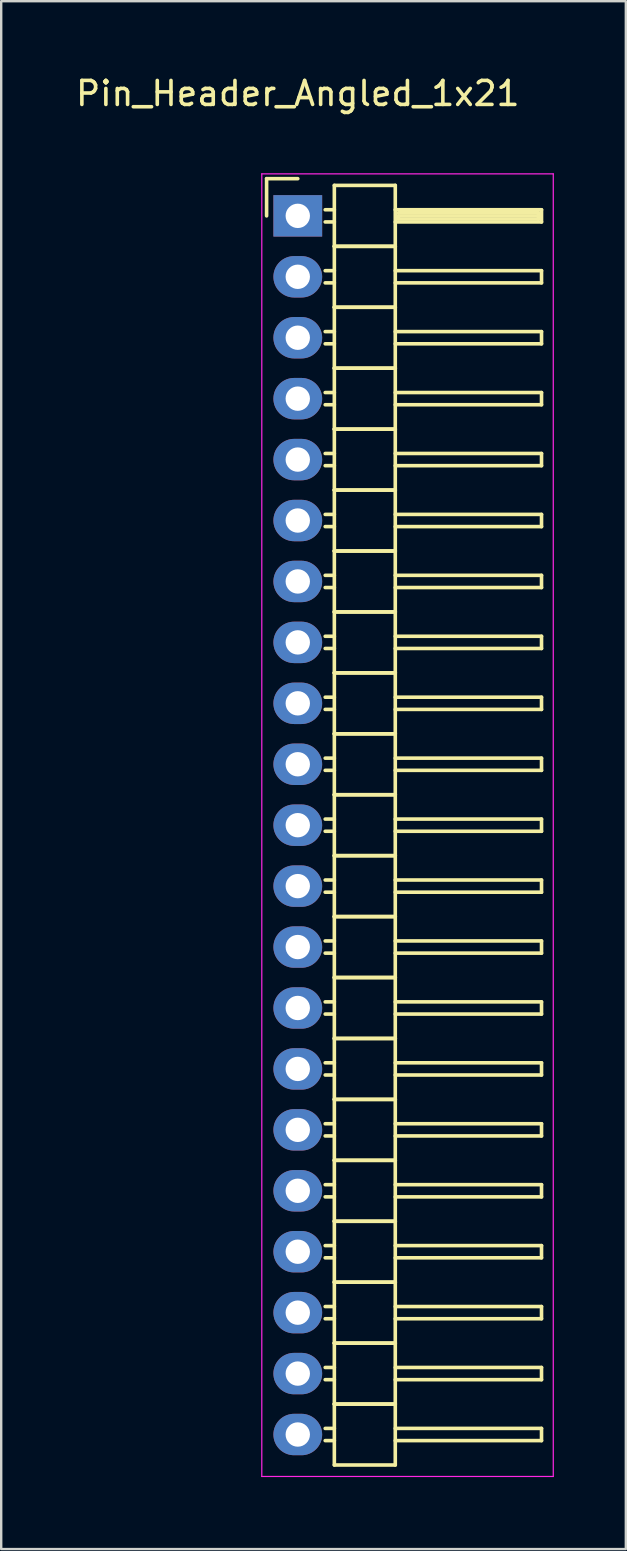
<source format=kicad_pcb>
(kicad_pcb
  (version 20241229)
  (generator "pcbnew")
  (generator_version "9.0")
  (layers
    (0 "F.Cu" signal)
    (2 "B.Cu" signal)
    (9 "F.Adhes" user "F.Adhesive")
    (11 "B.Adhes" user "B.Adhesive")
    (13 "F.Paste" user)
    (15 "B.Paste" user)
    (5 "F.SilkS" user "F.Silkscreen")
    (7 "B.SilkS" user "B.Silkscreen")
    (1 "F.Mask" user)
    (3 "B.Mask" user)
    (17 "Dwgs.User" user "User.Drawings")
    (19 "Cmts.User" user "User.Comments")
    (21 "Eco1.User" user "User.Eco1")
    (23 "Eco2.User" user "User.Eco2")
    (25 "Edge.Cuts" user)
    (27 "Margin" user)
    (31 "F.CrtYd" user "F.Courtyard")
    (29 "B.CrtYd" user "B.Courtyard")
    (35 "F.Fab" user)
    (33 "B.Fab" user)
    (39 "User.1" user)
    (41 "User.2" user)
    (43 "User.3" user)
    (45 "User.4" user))
  (footprint "Pin_Header_Angled_1x21"
    (layer "F.Cu")
    (at 9.363 5.948)
    (property "Reference" "Pin_Header_Angled_1x21" (at 0 -5.1 0) (layer "F.SilkS") (effects (font (size 1 1) (thickness 0.15))))
    (attr through_hole)
    (fp_line (start -1.3 -1.55) (end -1.3 0) (stroke (width 0.15) (type solid)) (layer "F.SilkS"))
    (fp_line (start 0 -1.55) (end -1.3 -1.55) (stroke (width 0.15) (type solid)) (layer "F.SilkS"))
    (fp_line (start 1.524 -1.27) (end 1.524 1.27) (stroke (width 0.15) (type solid)) (layer "F.SilkS"))
    (fp_line (start 1.524 -1.27) (end 4.064 -1.27) (stroke (width 0.15) (type solid)) (layer "F.SilkS"))
    (fp_line (start 1.524 -0.254) (end 1.143 -0.254) (stroke (width 0.15) (type solid)) (layer "F.SilkS"))
    (fp_line (start 1.524 0.254) (end 1.143 0.254) (stroke (width 0.15) (type solid)) (layer "F.SilkS"))
    (fp_line (start 1.524 1.27) (end 1.524 3.81) (stroke (width 0.15) (type solid)) (layer "F.SilkS"))
    (fp_line (start 1.524 1.27) (end 4.064 1.27) (stroke (width 0.15) (type solid)) (layer "F.SilkS"))
    (fp_line (start 1.524 1.27) (end 4.064 1.27) (stroke (width 0.15) (type solid)) (layer "F.SilkS"))
    (fp_line (start 1.524 2.286) (end 1.143 2.286) (stroke (width 0.15) (type solid)) (layer "F.SilkS"))
    (fp_line (start 1.524 2.794) (end 1.143 2.794) (stroke (width 0.15) (type solid)) (layer "F.SilkS"))
    (fp_line (start 1.524 3.81) (end 1.524 6.35) (stroke (width 0.15) (type solid)) (layer "F.SilkS"))
    (fp_line (start 1.524 3.81) (end 4.064 3.81) (stroke (width 0.15) (type solid)) (layer "F.SilkS"))
    (fp_line (start 1.524 3.81) (end 4.064 3.81) (stroke (width 0.15) (type solid)) (layer "F.SilkS"))
    (fp_line (start 1.524 4.826) (end 1.143 4.826) (stroke (width 0.15) (type solid)) (layer "F.SilkS"))
    (fp_line (start 1.524 5.334) (end 1.143 5.334) (stroke (width 0.15) (type solid)) (layer "F.SilkS"))
    (fp_line (start 1.524 6.35) (end 1.524 8.89) (stroke (width 0.15) (type solid)) (layer "F.SilkS"))
    (fp_line (start 1.524 6.35) (end 4.064 6.35) (stroke (width 0.15) (type solid)) (layer "F.SilkS"))
    (fp_line (start 1.524 6.35) (end 4.064 6.35) (stroke (width 0.15) (type solid)) (layer "F.SilkS"))
    (fp_line (start 1.524 7.366) (end 1.143 7.366) (stroke (width 0.15) (type solid)) (layer "F.SilkS"))
    (fp_line (start 1.524 7.874) (end 1.143 7.874) (stroke (width 0.15) (type solid)) (layer "F.SilkS"))
    (fp_line (start 1.524 8.89) (end 1.524 11.43) (stroke (width 0.15) (type solid)) (layer "F.SilkS"))
    (fp_line (start 1.524 8.89) (end 4.064 8.89) (stroke (width 0.15) (type solid)) (layer "F.SilkS"))
    (fp_line (start 1.524 8.89) (end 4.064 8.89) (stroke (width 0.15) (type solid)) (layer "F.SilkS"))
    (fp_line (start 1.524 9.906) (end 1.143 9.906) (stroke (width 0.15) (type solid)) (layer "F.SilkS"))
    (fp_line (start 1.524 10.414) (end 1.143 10.414) (stroke (width 0.15) (type solid)) (layer "F.SilkS"))
    (fp_line (start 1.524 11.43) (end 1.524 13.97) (stroke (width 0.15) (type solid)) (layer "F.SilkS"))
    (fp_line (start 1.524 11.43) (end 4.064 11.43) (stroke (width 0.15) (type solid)) (layer "F.SilkS"))
    (fp_line (start 1.524 11.43) (end 4.064 11.43) (stroke (width 0.15) (type solid)) (layer "F.SilkS"))
    (fp_line (start 1.524 12.446) (end 1.143 12.446) (stroke (width 0.15) (type solid)) (layer "F.SilkS"))
    (fp_line (start 1.524 12.954) (end 1.143 12.954) (stroke (width 0.15) (type solid)) (layer "F.SilkS"))
    (fp_line (start 1.524 13.97) (end 1.524 16.51) (stroke (width 0.15) (type solid)) (layer "F.SilkS"))
    (fp_line (start 1.524 13.97) (end 4.064 13.97) (stroke (width 0.15) (type solid)) (layer "F.SilkS"))
    (fp_line (start 1.524 13.97) (end 4.064 13.97) (stroke (width 0.15) (type solid)) (layer "F.SilkS"))
    (fp_line (start 1.524 14.986) (end 1.143 14.986) (stroke (width 0.15) (type solid)) (layer "F.SilkS"))
    (fp_line (start 1.524 15.494) (end 1.143 15.494) (stroke (width 0.15) (type solid)) (layer "F.SilkS"))
    (fp_line (start 1.524 16.51) (end 1.524 19.05) (stroke (width 0.15) (type solid)) (layer "F.SilkS"))
    (fp_line (start 1.524 16.51) (end 4.064 16.51) (stroke (width 0.15) (type solid)) (layer "F.SilkS"))
    (fp_line (start 1.524 16.51) (end 4.064 16.51) (stroke (width 0.15) (type solid)) (layer "F.SilkS"))
    (fp_line (start 1.524 17.526) (end 1.143 17.526) (stroke (width 0.15) (type solid)) (layer "F.SilkS"))
    (fp_line (start 1.524 18.034) (end 1.143 18.034) (stroke (width 0.15) (type solid)) (layer "F.SilkS"))
    (fp_line (start 1.524 19.05) (end 1.524 21.59) (stroke (width 0.15) (type solid)) (layer "F.SilkS"))
    (fp_line (start 1.524 19.05) (end 4.064 19.05) (stroke (width 0.15) (type solid)) (layer "F.SilkS"))
    (fp_line (start 1.524 19.05) (end 4.064 19.05) (stroke (width 0.15) (type solid)) (layer "F.SilkS"))
    (fp_line (start 1.524 20.066) (end 1.143 20.066) (stroke (width 0.15) (type solid)) (layer "F.SilkS"))
    (fp_line (start 1.524 20.574) (end 1.143 20.574) (stroke (width 0.15) (type solid)) (layer "F.SilkS"))
    (fp_line (start 1.524 21.59) (end 1.524 24.13) (stroke (width 0.15) (type solid)) (layer "F.SilkS"))
    (fp_line (start 1.524 21.59) (end 4.064 21.59) (stroke (width 0.15) (type solid)) (layer "F.SilkS"))
    (fp_line (start 1.524 21.59) (end 4.064 21.59) (stroke (width 0.15) (type solid)) (layer "F.SilkS"))
    (fp_line (start 1.524 22.606) (end 1.143 22.606) (stroke (width 0.15) (type solid)) (layer "F.SilkS"))
    (fp_line (start 1.524 23.114) (end 1.143 23.114) (stroke (width 0.15) (type solid)) (layer "F.SilkS"))
    (fp_line (start 1.524 24.13) (end 1.524 26.67) (stroke (width 0.15) (type solid)) (layer "F.SilkS"))
    (fp_line (start 1.524 24.13) (end 4.064 24.13) (stroke (width 0.15) (type solid)) (layer "F.SilkS"))
    (fp_line (start 1.524 24.13) (end 4.064 24.13) (stroke (width 0.15) (type solid)) (layer "F.SilkS"))
    (fp_line (start 1.524 25.146) (end 1.143 25.146) (stroke (width 0.15) (type solid)) (layer "F.SilkS"))
    (fp_line (start 1.524 25.654) (end 1.143 25.654) (stroke (width 0.15) (type solid)) (layer "F.SilkS"))
    (fp_line (start 1.524 26.67) (end 1.524 29.21) (stroke (width 0.15) (type solid)) (layer "F.SilkS"))
    (fp_line (start 1.524 26.67) (end 4.064 26.67) (stroke (width 0.15) (type solid)) (layer "F.SilkS"))
    (fp_line (start 1.524 26.67) (end 4.064 26.67) (stroke (width 0.15) (type solid)) (layer "F.SilkS"))
    (fp_line (start 1.524 27.686) (end 1.143 27.686) (stroke (width 0.15) (type solid)) (layer "F.SilkS"))
    (fp_line (start 1.524 28.194) (end 1.143 28.194) (stroke (width 0.15) (type solid)) (layer "F.SilkS"))
    (fp_line (start 1.524 29.21) (end 1.524 31.75) (stroke (width 0.15) (type solid)) (layer "F.SilkS"))
    (fp_line (start 1.524 29.21) (end 4.064 29.21) (stroke (width 0.15) (type solid)) (layer "F.SilkS"))
    (fp_line (start 1.524 29.21) (end 4.064 29.21) (stroke (width 0.15) (type solid)) (layer "F.SilkS"))
    (fp_line (start 1.524 30.226) (end 1.143 30.226) (stroke (width 0.15) (type solid)) (layer "F.SilkS"))
    (fp_line (start 1.524 30.734) (end 1.143 30.734) (stroke (width 0.15) (type solid)) (layer "F.SilkS"))
    (fp_line (start 1.524 31.75) (end 1.524 34.29) (stroke (width 0.15) (type solid)) (layer "F.SilkS"))
    (fp_line (start 1.524 31.75) (end 4.064 31.75) (stroke (width 0.15) (type solid)) (layer "F.SilkS"))
    (fp_line (start 1.524 31.75) (end 4.064 31.75) (stroke (width 0.15) (type solid)) (layer "F.SilkS"))
    (fp_line (start 1.524 32.766) (end 1.143 32.766) (stroke (width 0.15) (type solid)) (layer "F.SilkS"))
    (fp_line (start 1.524 33.274) (end 1.143 33.274) (stroke (width 0.15) (type solid)) (layer "F.SilkS"))
    (fp_line (start 1.524 34.29) (end 1.524 36.83) (stroke (width 0.15) (type solid)) (layer "F.SilkS"))
    (fp_line (start 1.524 34.29) (end 4.064 34.29) (stroke (width 0.15) (type solid)) (layer "F.SilkS"))
    (fp_line (start 1.524 34.29) (end 4.064 34.29) (stroke (width 0.15) (type solid)) (layer "F.SilkS"))
    (fp_line (start 1.524 35.306) (end 1.143 35.306) (stroke (width 0.15) (type solid)) (layer "F.SilkS"))
    (fp_line (start 1.524 35.814) (end 1.143 35.814) (stroke (width 0.15) (type solid)) (layer "F.SilkS"))
    (fp_line (start 1.524 36.83) (end 1.524 39.37) (stroke (width 0.15) (type solid)) (layer "F.SilkS"))
    (fp_line (start 1.524 36.83) (end 4.064 36.83) (stroke (width 0.15) (type solid)) (layer "F.SilkS"))
    (fp_line (start 1.524 36.83) (end 4.064 36.83) (stroke (width 0.15) (type solid)) (layer "F.SilkS"))
    (fp_line (start 1.524 37.846) (end 1.143 37.846) (stroke (width 0.15) (type solid)) (layer "F.SilkS"))
    (fp_line (start 1.524 38.354) (end 1.143 38.354) (stroke (width 0.15) (type solid)) (layer "F.SilkS"))
    (fp_line (start 1.524 39.37) (end 1.524 41.91) (stroke (width 0.15) (type solid)) (layer "F.SilkS"))
    (fp_line (start 1.524 39.37) (end 4.064 39.37) (stroke (width 0.15) (type solid)) (layer "F.SilkS"))
    (fp_line (start 1.524 39.37) (end 4.064 39.37) (stroke (width 0.15) (type solid)) (layer "F.SilkS"))
    (fp_line (start 1.524 40.386) (end 1.143 40.386) (stroke (width 0.15) (type solid)) (layer "F.SilkS"))
    (fp_line (start 1.524 40.894) (end 1.143 40.894) (stroke (width 0.15) (type solid)) (layer "F.SilkS"))
    (fp_line (start 1.524 41.91) (end 1.524 44.45) (stroke (width 0.15) (type solid)) (layer "F.SilkS"))
    (fp_line (start 1.524 41.91) (end 4.064 41.91) (stroke (width 0.15) (type solid)) (layer "F.SilkS"))
    (fp_line (start 1.524 41.91) (end 4.064 41.91) (stroke (width 0.15) (type solid)) (layer "F.SilkS"))
    (fp_line (start 1.524 42.926) (end 1.143 42.926) (stroke (width 0.15) (type solid)) (layer "F.SilkS"))
    (fp_line (start 1.524 43.434) (end 1.143 43.434) (stroke (width 0.15) (type solid)) (layer "F.SilkS"))
    (fp_line (start 1.524 44.45) (end 1.524 46.99) (stroke (width 0.15) (type solid)) (layer "F.SilkS"))
    (fp_line (start 1.524 44.45) (end 4.064 44.45) (stroke (width 0.15) (type solid)) (layer "F.SilkS"))
    (fp_line (start 1.524 44.45) (end 4.064 44.45) (stroke (width 0.15) (type solid)) (layer "F.SilkS"))
    (fp_line (start 1.524 45.466) (end 1.143 45.466) (stroke (width 0.15) (type solid)) (layer "F.SilkS"))
    (fp_line (start 1.524 45.974) (end 1.143 45.974) (stroke (width 0.15) (type solid)) (layer "F.SilkS"))
    (fp_line (start 1.524 46.99) (end 1.524 49.53) (stroke (width 0.15) (type solid)) (layer "F.SilkS"))
    (fp_line (start 1.524 46.99) (end 4.064 46.99) (stroke (width 0.15) (type solid)) (layer "F.SilkS"))
    (fp_line (start 1.524 46.99) (end 4.064 46.99) (stroke (width 0.15) (type solid)) (layer "F.SilkS"))
    (fp_line (start 1.524 48.006) (end 1.143 48.006) (stroke (width 0.15) (type solid)) (layer "F.SilkS"))
    (fp_line (start 1.524 48.514) (end 1.143 48.514) (stroke (width 0.15) (type solid)) (layer "F.SilkS"))
    (fp_line (start 1.524 49.53) (end 1.524 52.07) (stroke (width 0.15) (type solid)) (layer "F.SilkS"))
    (fp_line (start 1.524 49.53) (end 4.064 49.53) (stroke (width 0.15) (type solid)) (layer "F.SilkS"))
    (fp_line (start 1.524 49.53) (end 4.064 49.53) (stroke (width 0.15) (type solid)) (layer "F.SilkS"))
    (fp_line (start 1.524 50.546) (end 1.143 50.546) (stroke (width 0.15) (type solid)) (layer "F.SilkS"))
    (fp_line (start 1.524 51.054) (end 1.143 51.054) (stroke (width 0.15) (type solid)) (layer "F.SilkS"))
    (fp_line (start 1.524 52.07) (end 4.064 52.07) (stroke (width 0.15) (type solid)) (layer "F.SilkS"))
    (fp_line (start 4.064 -0.254) (end 10.16 -0.254) (stroke (width 0.15) (type solid)) (layer "F.SilkS"))
    (fp_line (start 4.064 1.27) (end 4.064 -1.27) (stroke (width 0.15) (type solid)) (layer "F.SilkS"))
    (fp_line (start 4.064 2.286) (end 10.16 2.286) (stroke (width 0.15) (type solid)) (layer "F.SilkS"))
    (fp_line (start 4.064 3.81) (end 4.064 1.27) (stroke (width 0.15) (type solid)) (layer "F.SilkS"))
    (fp_line (start 4.064 4.826) (end 10.16 4.826) (stroke (width 0.15) (type solid)) (layer "F.SilkS"))
    (fp_line (start 4.064 6.35) (end 4.064 3.81) (stroke (width 0.15) (type solid)) (layer "F.SilkS"))
    (fp_line (start 4.064 7.366) (end 10.16 7.366) (stroke (width 0.15) (type solid)) (layer "F.SilkS"))
    (fp_line (start 4.064 8.89) (end 4.064 6.35) (stroke (width 0.15) (type solid)) (layer "F.SilkS"))
    (fp_line (start 4.064 9.906) (end 10.16 9.906) (stroke (width 0.15) (type solid)) (layer "F.SilkS"))
    (fp_line (start 4.064 11.43) (end 4.064 8.89) (stroke (width 0.15) (type solid)) (layer "F.SilkS"))
    (fp_line (start 4.064 12.446) (end 10.16 12.446) (stroke (width 0.15) (type solid)) (layer "F.SilkS"))
    (fp_line (start 4.064 13.97) (end 4.064 11.43) (stroke (width 0.15) (type solid)) (layer "F.SilkS"))
    (fp_line (start 4.064 14.986) (end 10.16 14.986) (stroke (width 0.15) (type solid)) (layer "F.SilkS"))
    (fp_line (start 4.064 16.51) (end 4.064 13.97) (stroke (width 0.15) (type solid)) (layer "F.SilkS"))
    (fp_line (start 4.064 17.526) (end 10.16 17.526) (stroke (width 0.15) (type solid)) (layer "F.SilkS"))
    (fp_line (start 4.064 19.05) (end 4.064 16.51) (stroke (width 0.15) (type solid)) (layer "F.SilkS"))
    (fp_line (start 4.064 20.066) (end 10.16 20.066) (stroke (width 0.15) (type solid)) (layer "F.SilkS"))
    (fp_line (start 4.064 21.59) (end 4.064 19.05) (stroke (width 0.15) (type solid)) (layer "F.SilkS"))
    (fp_line (start 4.064 22.606) (end 10.16 22.606) (stroke (width 0.15) (type solid)) (layer "F.SilkS"))
    (fp_line (start 4.064 24.13) (end 4.064 21.59) (stroke (width 0.15) (type solid)) (layer "F.SilkS"))
    (fp_line (start 4.064 25.146) (end 10.16 25.146) (stroke (width 0.15) (type solid)) (layer "F.SilkS"))
    (fp_line (start 4.064 26.67) (end 4.064 24.13) (stroke (width 0.15) (type solid)) (layer "F.SilkS"))
    (fp_line (start 4.064 27.686) (end 10.16 27.686) (stroke (width 0.15) (type solid)) (layer "F.SilkS"))
    (fp_line (start 4.064 29.21) (end 4.064 26.67) (stroke (width 0.15) (type solid)) (layer "F.SilkS"))
    (fp_line (start 4.064 30.226) (end 10.16 30.226) (stroke (width 0.15) (type solid)) (layer "F.SilkS"))
    (fp_line (start 4.064 31.75) (end 4.064 29.21) (stroke (width 0.15) (type solid)) (layer "F.SilkS"))
    (fp_line (start 4.064 32.766) (end 10.16 32.766) (stroke (width 0.15) (type solid)) (layer "F.SilkS"))
    (fp_line (start 4.064 34.29) (end 4.064 31.75) (stroke (width 0.15) (type solid)) (layer "F.SilkS"))
    (fp_line (start 4.064 35.306) (end 10.16 35.306) (stroke (width 0.15) (type solid)) (layer "F.SilkS"))
    (fp_line (start 4.064 36.83) (end 4.064 34.29) (stroke (width 0.15) (type solid)) (layer "F.SilkS"))
    (fp_line (start 4.064 37.846) (end 10.16 37.846) (stroke (width 0.15) (type solid)) (layer "F.SilkS"))
    (fp_line (start 4.064 39.37) (end 4.064 36.83) (stroke (width 0.15) (type solid)) (layer "F.SilkS"))
    (fp_line (start 4.064 40.386) (end 10.16 40.386) (stroke (width 0.15) (type solid)) (layer "F.SilkS"))
    (fp_line (start 4.064 41.91) (end 4.064 39.37) (stroke (width 0.15) (type solid)) (layer "F.SilkS"))
    (fp_line (start 4.064 42.926) (end 10.16 42.926) (stroke (width 0.15) (type solid)) (layer "F.SilkS"))
    (fp_line (start 4.064 44.45) (end 4.064 41.91) (stroke (width 0.15) (type solid)) (layer "F.SilkS"))
    (fp_line (start 4.064 45.466) (end 10.16 45.466) (stroke (width 0.15) (type solid)) (layer "F.SilkS"))
    (fp_line (start 4.064 46.99) (end 4.064 44.45) (stroke (width 0.15) (type solid)) (layer "F.SilkS"))
    (fp_line (start 4.064 48.006) (end 10.16 48.006) (stroke (width 0.15) (type solid)) (layer "F.SilkS"))
    (fp_line (start 4.064 49.53) (end 4.064 46.99) (stroke (width 0.15) (type solid)) (layer "F.SilkS"))
    (fp_line (start 4.064 50.546) (end 10.16 50.546) (stroke (width 0.15) (type solid)) (layer "F.SilkS"))
    (fp_line (start 4.064 52.07) (end 4.064 49.53) (stroke (width 0.15) (type solid)) (layer "F.SilkS"))
    (fp_line (start 4.191 -0.127) (end 10.033 -0.127) (stroke (width 0.15) (type solid)) (layer "F.SilkS"))
    (fp_line (start 4.191 0) (end 10.033 0) (stroke (width 0.15) (type solid)) (layer "F.SilkS"))
    (fp_line (start 4.191 0.127) (end 4.191 0) (stroke (width 0.15) (type solid)) (layer "F.SilkS"))
    (fp_line (start 10.033 -0.127) (end 10.033 0.127) (stroke (width 0.15) (type solid)) (layer "F.SilkS"))
    (fp_line (start 10.033 0.127) (end 4.191 0.127) (stroke (width 0.15) (type solid)) (layer "F.SilkS"))
    (fp_line (start 10.16 -0.254) (end 10.16 0.254) (stroke (width 0.15) (type solid)) (layer "F.SilkS"))
    (fp_line (start 10.16 0.254) (end 4.064 0.254) (stroke (width 0.15) (type solid)) (layer "F.SilkS"))
    (fp_line (start 10.16 2.286) (end 10.16 2.794) (stroke (width 0.15) (type solid)) (layer "F.SilkS"))
    (fp_line (start 10.16 2.794) (end 4.064 2.794) (stroke (width 0.15) (type solid)) (layer "F.SilkS"))
    (fp_line (start 10.16 4.826) (end 10.16 5.334) (stroke (width 0.15) (type solid)) (layer "F.SilkS"))
    (fp_line (start 10.16 5.334) (end 4.064 5.334) (stroke (width 0.15) (type solid)) (layer "F.SilkS"))
    (fp_line (start 10.16 7.366) (end 10.16 7.874) (stroke (width 0.15) (type solid)) (layer "F.SilkS"))
    (fp_line (start 10.16 7.874) (end 4.064 7.874) (stroke (width 0.15) (type solid)) (layer "F.SilkS"))
    (fp_line (start 10.16 9.906) (end 10.16 10.414) (stroke (width 0.15) (type solid)) (layer "F.SilkS"))
    (fp_line (start 10.16 10.414) (end 4.064 10.414) (stroke (width 0.15) (type solid)) (layer "F.SilkS"))
    (fp_line (start 10.16 12.446) (end 10.16 12.954) (stroke (width 0.15) (type solid)) (layer "F.SilkS"))
    (fp_line (start 10.16 12.954) (end 4.064 12.954) (stroke (width 0.15) (type solid)) (layer "F.SilkS"))
    (fp_line (start 10.16 14.986) (end 10.16 15.494) (stroke (width 0.15) (type solid)) (layer "F.SilkS"))
    (fp_line (start 10.16 15.494) (end 4.064 15.494) (stroke (width 0.15) (type solid)) (layer "F.SilkS"))
    (fp_line (start 10.16 17.526) (end 10.16 18.034) (stroke (width 0.15) (type solid)) (layer "F.SilkS"))
    (fp_line (start 10.16 18.034) (end 4.064 18.034) (stroke (width 0.15) (type solid)) (layer "F.SilkS"))
    (fp_line (start 10.16 20.066) (end 10.16 20.574) (stroke (width 0.15) (type solid)) (layer "F.SilkS"))
    (fp_line (start 10.16 20.574) (end 4.064 20.574) (stroke (width 0.15) (type solid)) (layer "F.SilkS"))
    (fp_line (start 10.16 22.606) (end 10.16 23.114) (stroke (width 0.15) (type solid)) (layer "F.SilkS"))
    (fp_line (start 10.16 23.114) (end 4.064 23.114) (stroke (width 0.15) (type solid)) (layer "F.SilkS"))
    (fp_line (start 10.16 25.146) (end 10.16 25.654) (stroke (width 0.15) (type solid)) (layer "F.SilkS"))
    (fp_line (start 10.16 25.654) (end 4.064 25.654) (stroke (width 0.15) (type solid)) (layer "F.SilkS"))
    (fp_line (start 10.16 27.686) (end 10.16 28.194) (stroke (width 0.15) (type solid)) (layer "F.SilkS"))
    (fp_line (start 10.16 28.194) (end 4.064 28.194) (stroke (width 0.15) (type solid)) (layer "F.SilkS"))
    (fp_line (start 10.16 30.226) (end 10.16 30.734) (stroke (width 0.15) (type solid)) (layer "F.SilkS"))
    (fp_line (start 10.16 30.734) (end 4.064 30.734) (stroke (width 0.15) (type solid)) (layer "F.SilkS"))
    (fp_line (start 10.16 32.766) (end 10.16 33.274) (stroke (width 0.15) (type solid)) (layer "F.SilkS"))
    (fp_line (start 10.16 33.274) (end 4.064 33.274) (stroke (width 0.15) (type solid)) (layer "F.SilkS"))
    (fp_line (start 10.16 35.306) (end 10.16 35.814) (stroke (width 0.15) (type solid)) (layer "F.SilkS"))
    (fp_line (start 10.16 35.814) (end 4.064 35.814) (stroke (width 0.15) (type solid)) (layer "F.SilkS"))
    (fp_line (start 10.16 37.846) (end 10.16 38.354) (stroke (width 0.15) (type solid)) (layer "F.SilkS"))
    (fp_line (start 10.16 38.354) (end 4.064 38.354) (stroke (width 0.15) (type solid)) (layer "F.SilkS"))
    (fp_line (start 10.16 40.386) (end 10.16 40.894) (stroke (width 0.15) (type solid)) (layer "F.SilkS"))
    (fp_line (start 10.16 40.894) (end 4.064 40.894) (stroke (width 0.15) (type solid)) (layer "F.SilkS"))
    (fp_line (start 10.16 42.926) (end 10.16 43.434) (stroke (width 0.15) (type solid)) (layer "F.SilkS"))
    (fp_line (start 10.16 43.434) (end 4.064 43.434) (stroke (width 0.15) (type solid)) (layer "F.SilkS"))
    (fp_line (start 10.16 45.466) (end 10.16 45.974) (stroke (width 0.15) (type solid)) (layer "F.SilkS"))
    (fp_line (start 10.16 45.974) (end 4.064 45.974) (stroke (width 0.15) (type solid)) (layer "F.SilkS"))
    (fp_line (start 10.16 48.006) (end 10.16 48.514) (stroke (width 0.15) (type solid)) (layer "F.SilkS"))
    (fp_line (start 10.16 48.514) (end 4.064 48.514) (stroke (width 0.15) (type solid)) (layer "F.SilkS"))
    (fp_line (start 10.16 50.546) (end 10.16 51.054) (stroke (width 0.15) (type solid)) (layer "F.SilkS"))
    (fp_line (start 10.16 51.054) (end 4.064 51.054) (stroke (width 0.15) (type solid)) (layer "F.SilkS"))
    (fp_line (start -1.5 -1.75) (end -1.5 52.55) (stroke (width 0.05) (type solid)) (layer "F.CrtYd"))
    (fp_line (start -1.5 -1.75) (end 10.65 -1.75) (stroke (width 0.05) (type solid)) (layer "F.CrtYd"))
    (fp_line (start -1.5 52.55) (end 10.65 52.55) (stroke (width 0.05) (type solid)) (layer "F.CrtYd"))
    (fp_line (start 10.65 -1.75) (end 10.65 52.55) (stroke (width 0.05) (type solid)) (layer "F.CrtYd"))
    (pad "1" thru_hole rect (at 0 0) (size 2.032 1.727) (drill 1.016) (layers "*.Cu" "*.Mask"))
    (pad "2" thru_hole oval (at 0 2.54) (size 2.032 1.727) (drill 1.016) (layers "*.Cu" "*.Mask"))
    (pad "3" thru_hole oval (at 0 5.08) (size 2.032 1.727) (drill 1.016) (layers "*.Cu" "*.Mask"))
    (pad "4" thru_hole oval (at 0 7.62) (size 2.032 1.727) (drill 1.016) (layers "*.Cu" "*.Mask"))
    (pad "5" thru_hole oval (at 0 10.16) (size 2.032 1.727) (drill 1.016) (layers "*.Cu" "*.Mask"))
    (pad "6" thru_hole oval (at 0 12.7) (size 2.032 1.727) (drill 1.016) (layers "*.Cu" "*.Mask"))
    (pad "7" thru_hole oval (at 0 15.24) (size 2.032 1.727) (drill 1.016) (layers "*.Cu" "*.Mask"))
    (pad "8" thru_hole oval (at 0 17.78) (size 2.032 1.727) (drill 1.016) (layers "*.Cu" "*.Mask"))
    (pad "9" thru_hole oval (at 0 20.32) (size 2.032 1.727) (drill 1.016) (layers "*.Cu" "*.Mask"))
    (pad "10" thru_hole oval (at 0 22.86) (size 2.032 1.727) (drill 1.016) (layers "*.Cu" "*.Mask"))
    (pad "11" thru_hole oval (at 0 25.4) (size 2.032 1.727) (drill 1.016) (layers "*.Cu" "*.Mask"))
    (pad "12" thru_hole oval (at 0 27.94) (size 2.032 1.727) (drill 1.016) (layers "*.Cu" "*.Mask"))
    (pad "13" thru_hole oval (at 0 30.48) (size 2.032 1.727) (drill 1.016) (layers "*.Cu" "*.Mask"))
    (pad "14" thru_hole oval (at 0 33.02) (size 2.032 1.727) (drill 1.016) (layers "*.Cu" "*.Mask"))
    (pad "15" thru_hole oval (at 0 35.56) (size 2.032 1.727) (drill 1.016) (layers "*.Cu" "*.Mask"))
    (pad "16" thru_hole oval (at 0 38.1) (size 2.032 1.727) (drill 1.016) (layers "*.Cu" "*.Mask"))
    (pad "17" thru_hole oval (at 0 40.64) (size 2.032 1.727) (drill 1.016) (layers "*.Cu" "*.Mask"))
    (pad "18" thru_hole oval (at 0 43.18) (size 2.032 1.727) (drill 1.016) (layers "*.Cu" "*.Mask"))
    (pad "19" thru_hole oval (at 0 45.72) (size 2.032 1.727) (drill 1.016) (layers "*.Cu" "*.Mask"))
    (pad "20" thru_hole oval (at 0 48.26) (size 2.032 1.727) (drill 1.016) (layers "*.Cu" "*.Mask"))
    (pad "21" thru_hole oval (at 0 50.8) (size 2.032 1.727) (drill 1.016) (layers "*.Cu" "*.Mask")))
  (gr_rect
    (start -3 -3)
    (end 23.038 61.523)
    (stroke (width 0.1) (type default))
    (fill no)
    (layer "Edge.Cuts")))
</source>
